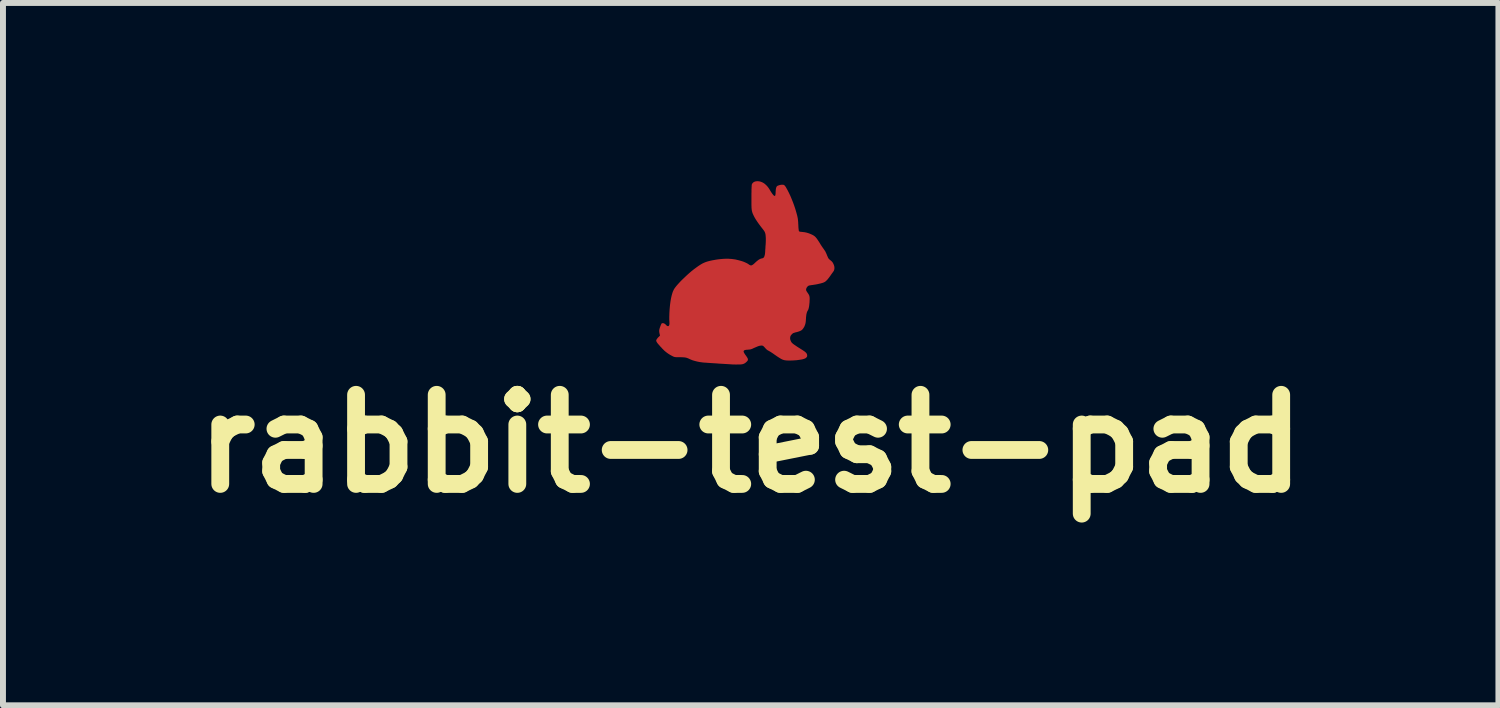
<source format=kicad_pcb>
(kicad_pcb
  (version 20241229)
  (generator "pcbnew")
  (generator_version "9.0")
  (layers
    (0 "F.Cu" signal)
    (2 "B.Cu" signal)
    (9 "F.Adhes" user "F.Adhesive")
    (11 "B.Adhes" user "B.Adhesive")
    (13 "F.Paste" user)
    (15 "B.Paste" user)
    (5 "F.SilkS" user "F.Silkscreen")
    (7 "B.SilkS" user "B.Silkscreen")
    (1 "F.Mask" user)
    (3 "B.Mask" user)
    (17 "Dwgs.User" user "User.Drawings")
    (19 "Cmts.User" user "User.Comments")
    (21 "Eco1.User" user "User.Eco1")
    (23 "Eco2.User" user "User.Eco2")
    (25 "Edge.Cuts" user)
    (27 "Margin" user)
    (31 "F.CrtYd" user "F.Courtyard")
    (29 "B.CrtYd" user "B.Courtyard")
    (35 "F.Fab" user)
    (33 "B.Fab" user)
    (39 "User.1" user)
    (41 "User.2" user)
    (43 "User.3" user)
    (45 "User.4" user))
  (footprint "rabbit-test-pad"
    (layer "F.Cu")
    (at 9.586 1.917)
    (property "Reference" "rabbit-test-pad" (at 0 2.5 0) (layer "F.SilkS") (effects (font (size 1.5 1.5) (thickness 0.3))))
    (attr board_only exclude_from_pos_files exclude_from_bom)
    (pad "1" smd custom (at -0.5 0) (size 1 1) (layers "F.Cu" "F.Mask") (options (anchor circle)) (primitives (gr_poly (pts (xy 0.624 -1.917) (xy 0.653 -1.913) (xy 0.681 -1.904) (xy 0.707 -1.892) (xy 0.733 -1.875) (xy 0.758 -1.853) (xy 0.764 -1.847) (xy 0.778 -1.832) (xy 0.792 -1.815) (xy 0.806 -1.795) (xy 0.82 -1.773) (xy 0.825 -1.764) (xy 0.841 -1.738) (xy 0.855 -1.717) (xy 0.868 -1.699) (xy 0.879 -1.686) (xy 0.888 -1.676) (xy 0.896 -1.671) (xy 0.899 -1.67) (xy 0.904 -1.67) (xy 0.909 -1.671) (xy 0.912 -1.675) (xy 0.914 -1.682) (xy 0.916 -1.692) (xy 0.918 -1.706) (xy 0.919 -1.724) (xy 0.919 -1.735) (xy 0.921 -1.761) (xy 0.923 -1.782) (xy 0.926 -1.799) (xy 0.93 -1.812) (xy 0.934 -1.823) (xy 0.941 -1.831) (xy 0.948 -1.837) (xy 0.948 -1.838) (xy 0.959 -1.843) (xy 0.974 -1.848) (xy 0.99 -1.853) (xy 1.007 -1.856) (xy 1.022 -1.858) (xy 1.029 -1.858) (xy 1.042 -1.857) (xy 1.053 -1.856) (xy 1.062 -1.852) (xy 1.07 -1.845) (xy 1.078 -1.836) (xy 1.087 -1.824) (xy 1.096 -1.809) (xy 1.12 -1.766) (xy 1.144 -1.719) (xy 1.168 -1.668) (xy 1.19 -1.615) (xy 1.212 -1.56) (xy 1.232 -1.505) (xy 1.251 -1.448) (xy 1.267 -1.393) (xy 1.281 -1.342) (xy 1.286 -1.32) (xy 1.29 -1.301) (xy 1.293 -1.284) (xy 1.295 -1.266) (xy 1.297 -1.246) (xy 1.299 -1.224) (xy 1.299 -1.211) (xy 1.301 -1.184) (xy 1.302 -1.16) (xy 1.303 -1.137) (xy 1.305 -1.118) (xy 1.307 -1.102) (xy 1.308 -1.09) (xy 1.31 -1.082) (xy 1.311 -1.079) (xy 1.314 -1.074) (xy 1.319 -1.071) (xy 1.326 -1.068) (xy 1.335 -1.066) (xy 1.348 -1.065) (xy 1.365 -1.063) (xy 1.403 -1.059) (xy 1.442 -1.051) (xy 1.481 -1.039) (xy 1.519 -1.023) (xy 1.532 -1.017) (xy 1.544 -1.011) (xy 1.555 -1.005) (xy 1.565 -0.998) (xy 1.575 -0.991) (xy 1.584 -0.983) (xy 1.593 -0.974) (xy 1.602 -0.963) (xy 1.613 -0.95) (xy 1.624 -0.934) (xy 1.636 -0.916) (xy 1.65 -0.895) (xy 1.666 -0.869) (xy 1.675 -0.854) (xy 1.685 -0.838) (xy 1.695 -0.823) (xy 1.705 -0.809) (xy 1.713 -0.796) (xy 1.72 -0.787) (xy 1.723 -0.783) (xy 1.735 -0.766) (xy 1.745 -0.751) (xy 1.755 -0.736) (xy 1.763 -0.719) (xy 1.772 -0.7) (xy 1.778 -0.686) (xy 1.784 -0.671) (xy 1.789 -0.658) (xy 1.795 -0.646) (xy 1.799 -0.636) (xy 1.801 -0.631) (xy 1.812 -0.613) (xy 1.828 -0.597) (xy 1.843 -0.585) (xy 1.861 -0.57) (xy 1.877 -0.552) (xy 1.889 -0.531) (xy 1.891 -0.527) (xy 1.902 -0.501) (xy 1.908 -0.476) (xy 1.909 -0.452) (xy 1.906 -0.43) (xy 1.899 -0.409) (xy 1.886 -0.39) (xy 1.886 -0.39) (xy 1.882 -0.384) (xy 1.875 -0.375) (xy 1.867 -0.364) (xy 1.858 -0.351) (xy 1.848 -0.338) (xy 1.847 -0.335) (xy 1.833 -0.316) (xy 1.821 -0.299) (xy 1.811 -0.286) (xy 1.802 -0.275) (xy 1.794 -0.265) (xy 1.786 -0.256) (xy 1.778 -0.248) (xy 1.775 -0.245) (xy 1.763 -0.234) (xy 1.752 -0.225) (xy 1.739 -0.218) (xy 1.724 -0.211) (xy 1.724 -0.211) (xy 1.71 -0.206) (xy 1.692 -0.201) (xy 1.671 -0.195) (xy 1.647 -0.19) (xy 1.622 -0.184) (xy 1.596 -0.179) (xy 1.57 -0.175) (xy 1.545 -0.171) (xy 1.522 -0.168) (xy 1.52 -0.168) (xy 1.503 -0.165) (xy 1.49 -0.163) (xy 1.48 -0.16) (xy 1.472 -0.157) (xy 1.464 -0.152) (xy 1.457 -0.145) (xy 1.454 -0.142) (xy 1.442 -0.126) (xy 1.435 -0.11) (xy 1.432 -0.098) (xy 1.432 -0.09) (xy 1.433 -0.082) (xy 1.435 -0.074) (xy 1.44 -0.066) (xy 1.446 -0.055) (xy 1.456 -0.041) (xy 1.456 -0.041) (xy 1.467 -0.025) (xy 1.475 -0.012) (xy 1.482 0.000279) (xy 1.486 0.012) (xy 1.489 0.024) (xy 1.491 0.037) (xy 1.492 0.053) (xy 1.492 0.072) (xy 1.491 0.087) (xy 1.49 0.119) (xy 1.487 0.15) (xy 1.484 0.177) (xy 1.48 0.202) (xy 1.475 0.223) (xy 1.47 0.241) (xy 1.464 0.253) (xy 1.456 0.267) (xy 1.449 0.281) (xy 1.444 0.296) (xy 1.44 0.312) (xy 1.436 0.329) (xy 1.434 0.349) (xy 1.431 0.373) (xy 1.43 0.4) (xy 1.429 0.405) (xy 1.428 0.427) (xy 1.426 0.446) (xy 1.424 0.462) (xy 1.421 0.477) (xy 1.417 0.492) (xy 1.412 0.506) (xy 1.403 0.529) (xy 1.392 0.548) (xy 1.379 0.567) (xy 1.379 0.567) (xy 1.369 0.579) (xy 1.358 0.589) (xy 1.346 0.597) (xy 1.331 0.604) (xy 1.313 0.611) (xy 1.292 0.618) (xy 1.27 0.624) (xy 1.256 0.627) (xy 1.242 0.631) (xy 1.231 0.635) (xy 1.222 0.638) (xy 1.217 0.639) (xy 1.208 0.645) (xy 1.197 0.654) (xy 1.187 0.665) (xy 1.178 0.675) (xy 1.172 0.685) (xy 1.172 0.685) (xy 1.168 0.694) (xy 1.165 0.705) (xy 1.164 0.711) (xy 1.163 0.727) (xy 1.165 0.746) (xy 1.171 0.764) (xy 1.179 0.782) (xy 1.189 0.798) (xy 1.195 0.805) (xy 1.203 0.812) (xy 1.212 0.82) (xy 1.224 0.829) (xy 1.238 0.839) (xy 1.255 0.85) (xy 1.275 0.864) (xy 1.298 0.879) (xy 1.324 0.895) (xy 1.347 0.91) (xy 1.367 0.922) (xy 1.383 0.933) (xy 1.397 0.942) (xy 1.408 0.95) (xy 1.416 0.957) (xy 1.423 0.963) (xy 1.429 0.968) (xy 1.434 0.974) (xy 1.438 0.98) (xy 1.442 0.986) (xy 1.443 0.987) (xy 1.448 1) (xy 1.45 1.013) (xy 1.45 1.026) (xy 1.448 1.035) (xy 1.441 1.045) (xy 1.431 1.056) (xy 1.418 1.065) (xy 1.413 1.067) (xy 1.398 1.073) (xy 1.378 1.079) (xy 1.355 1.084) (xy 1.329 1.088) (xy 1.301 1.092) (xy 1.272 1.096) (xy 1.241 1.098) (xy 1.211 1.1) (xy 1.18 1.101) (xy 1.151 1.102) (xy 1.124 1.101) (xy 1.1 1.1) (xy 1.078 1.097) (xy 1.06 1.094) (xy 1.059 1.093) (xy 1.045 1.089) (xy 1.03 1.083) (xy 1.012 1.074) (xy 0.993 1.063) (xy 0.971 1.049) (xy 0.946 1.033) (xy 0.919 1.014) (xy 0.907 1.006) (xy 0.885 0.99) (xy 0.866 0.977) (xy 0.849 0.966) (xy 0.834 0.956) (xy 0.82 0.948) (xy 0.807 0.941) (xy 0.802 0.938) (xy 0.792 0.932) (xy 0.782 0.927) (xy 0.773 0.92) (xy 0.764 0.912) (xy 0.753 0.901) (xy 0.741 0.888) (xy 0.727 0.872) (xy 0.726 0.872) (xy 0.716 0.861) (xy 0.707 0.855) (xy 0.702 0.852) (xy 0.691 0.85) (xy 0.678 0.849) (xy 0.663 0.851) (xy 0.646 0.854) (xy 0.626 0.86) (xy 0.604 0.869) (xy 0.578 0.88) (xy 0.548 0.893) (xy 0.546 0.894) (xy 0.53 0.902) (xy 0.517 0.907) (xy 0.506 0.911) (xy 0.494 0.914) (xy 0.482 0.916) (xy 0.467 0.917) (xy 0.451 0.919) (xy 0.431 0.92) (xy 0.416 0.922) (xy 0.403 0.925) (xy 0.395 0.928) (xy 0.388 0.932) (xy 0.385 0.935) (xy 0.382 0.941) (xy 0.38 0.947) (xy 0.381 0.955) (xy 0.385 0.965) (xy 0.391 0.977) (xy 0.4 0.991) (xy 0.411 1.008) (xy 0.419 1.018) (xy 0.43 1.034) (xy 0.438 1.047) (xy 0.445 1.058) (xy 0.449 1.066) (xy 0.451 1.074) (xy 0.452 1.08) (xy 0.453 1.084) (xy 0.452 1.093) (xy 0.449 1.101) (xy 0.444 1.108) (xy 0.436 1.117) (xy 0.431 1.122) (xy 0.418 1.134) (xy 0.405 1.144) (xy 0.393 1.151) (xy 0.38 1.157) (xy 0.366 1.162) (xy 0.349 1.165) (xy 0.331 1.167) (xy 0.308 1.168) (xy 0.286 1.168) (xy 0.269 1.168) (xy 0.253 1.169) (xy 0.238 1.168) (xy 0.226 1.168) (xy 0.217 1.168) (xy 0.215 1.168) (xy 0.19 1.167) (xy 0.161 1.165) (xy 0.131 1.163) (xy 0.1 1.161) (xy 0.066 1.159) (xy 0.032 1.157) (xy -0.002 1.155) (xy -0.037 1.153) (xy -0.071 1.15) (xy -0.105 1.148) (xy -0.138 1.146) (xy -0.169 1.144) (xy -0.198 1.142) (xy -0.225 1.14) (xy -0.249 1.138) (xy -0.27 1.137) (xy -0.288 1.136) (xy -0.302 1.134) (xy -0.311 1.134) (xy -0.313 1.133) (xy -0.359 1.127) (xy -0.403 1.118) (xy -0.446 1.107) (xy -0.485 1.095) (xy -0.521 1.08) (xy -0.53 1.076) (xy -0.546 1.068) (xy -0.561 1.062) (xy -0.575 1.057) (xy -0.589 1.053) (xy -0.605 1.05) (xy -0.621 1.048) (xy -0.64 1.047) (xy -0.662 1.046) (xy -0.688 1.045) (xy -0.699 1.045) (xy -0.721 1.045) (xy -0.739 1.045) (xy -0.753 1.045) (xy -0.765 1.044) (xy -0.775 1.043) (xy -0.783 1.041) (xy -0.791 1.039) (xy -0.799 1.036) (xy -0.808 1.032) (xy -0.812 1.03) (xy -0.833 1.019) (xy -0.857 1.006) (xy -0.881 0.991) (xy -0.906 0.974) (xy -0.929 0.956) (xy -0.951 0.938) (xy -0.952 0.937) (xy -0.958 0.931) (xy -0.967 0.922) (xy -0.978 0.911) (xy -0.991 0.898) (xy -1.004 0.883) (xy -1.018 0.869) (xy -1.031 0.854) (xy -1.043 0.84) (xy -1.055 0.827) (xy -1.064 0.816) (xy -1.07 0.808) (xy -1.072 0.806) (xy -1.081 0.792) (xy -1.088 0.779) (xy -1.091 0.769) (xy -1.091 0.766) (xy -1.089 0.756) (xy -1.083 0.744) (xy -1.073 0.73) (xy -1.061 0.715) (xy -1.045 0.7) (xy -1.043 0.698) (xy -1.036 0.691) (xy -1.03 0.685) (xy -1.028 0.681) (xy -1.027 0.68) (xy -1.028 0.676) (xy -1.03 0.669) (xy -1.032 0.659) (xy -1.034 0.652) (xy -1.039 0.626) (xy -1.041 0.602) (xy -1.038 0.579) (xy -1.034 0.563) (xy -1.031 0.553) (xy -1.027 0.541) (xy -1.022 0.528) (xy -1.017 0.515) (xy -1.012 0.502) (xy -1.007 0.491) (xy -1.003 0.483) (xy -1.001 0.479) (xy -0.996 0.475) (xy -0.988 0.473) (xy -0.978 0.472) (xy -0.97 0.473) (xy -0.956 0.478) (xy -0.941 0.487) (xy -0.928 0.5) (xy -0.916 0.512) (xy -0.905 0.52) (xy -0.895 0.523) (xy -0.886 0.522) (xy -0.879 0.517) (xy -0.875 0.511) (xy -0.872 0.503) (xy -0.869 0.494) (xy -0.868 0.483) (xy -0.868 0.469) (xy -0.869 0.451) (xy -0.869 0.44) (xy -0.871 0.419) (xy -0.871 0.394) (xy -0.871 0.366) (xy -0.87 0.335) (xy -0.869 0.303) (xy -0.867 0.269) (xy -0.865 0.236) (xy -0.862 0.203) (xy -0.859 0.172) (xy -0.856 0.146) (xy -0.849 0.097) (xy -0.841 0.052) (xy -0.832 0.012) (xy -0.822 -0.024) (xy -0.812 -0.055) (xy -0.8 -0.081) (xy -0.799 -0.084) (xy -0.79 -0.101) (xy -0.778 -0.119) (xy -0.763 -0.139) (xy -0.746 -0.16) (xy -0.726 -0.183) (xy -0.703 -0.208) (xy -0.677 -0.236) (xy -0.656 -0.257) (xy -0.615 -0.296) (xy -0.575 -0.334) (xy -0.535 -0.37) (xy -0.495 -0.404) (xy -0.456 -0.435) (xy -0.418 -0.463) (xy -0.382 -0.489) (xy -0.348 -0.511) (xy -0.316 -0.53) (xy -0.304 -0.536) (xy -0.28 -0.547) (xy -0.252 -0.558) (xy -0.22 -0.568) (xy -0.185 -0.577) (xy -0.148 -0.585) (xy -0.109 -0.592) (xy -0.069 -0.599) (xy -0.028 -0.604) (xy 0.013 -0.608) (xy 0.052 -0.611) (xy 0.091 -0.612) (xy 0.127 -0.612) (xy 0.15 -0.61) (xy 0.181 -0.608) (xy 0.211 -0.604) (xy 0.24 -0.6) (xy 0.27 -0.593) (xy 0.303 -0.585) (xy 0.31 -0.583) (xy 0.342 -0.574) (xy 0.373 -0.564) (xy 0.402 -0.552) (xy 0.428 -0.54) (xy 0.451 -0.528) (xy 0.468 -0.516) (xy 0.48 -0.508) (xy 0.49 -0.503) (xy 0.5 -0.5) (xy 0.51 -0.5) (xy 0.52 -0.503) (xy 0.531 -0.509) (xy 0.544 -0.518) (xy 0.559 -0.531) (xy 0.576 -0.547) (xy 0.576 -0.547) (xy 0.599 -0.568) (xy 0.619 -0.584) (xy 0.637 -0.597) (xy 0.655 -0.607) (xy 0.672 -0.614) (xy 0.689 -0.618) (xy 0.694 -0.619) (xy 0.705 -0.622) (xy 0.714 -0.628) (xy 0.722 -0.637) (xy 0.729 -0.65) (xy 0.734 -0.667) (xy 0.739 -0.688) (xy 0.742 -0.713) (xy 0.744 -0.743) (xy 0.744 -0.748) (xy 0.745 -0.766) (xy 0.747 -0.787) (xy 0.748 -0.809) (xy 0.749 -0.831) (xy 0.751 -0.847) (xy 0.753 -0.888) (xy 0.754 -0.925) (xy 0.754 -0.958) (xy 0.752 -0.987) (xy 0.75 -1.012) (xy 0.746 -1.034) (xy 0.74 -1.053) (xy 0.733 -1.068) (xy 0.73 -1.074) (xy 0.724 -1.082) (xy 0.717 -1.093) (xy 0.708 -1.104) (xy 0.702 -1.112) (xy 0.667 -1.157) (xy 0.635 -1.2) (xy 0.607 -1.24) (xy 0.583 -1.277) (xy 0.563 -1.311) (xy 0.547 -1.343) (xy 0.534 -1.371) (xy 0.525 -1.397) (xy 0.524 -1.403) (xy 0.521 -1.412) (xy 0.519 -1.422) (xy 0.518 -1.431) (xy 0.516 -1.441) (xy 0.515 -1.452) (xy 0.514 -1.464) (xy 0.513 -1.478) (xy 0.513 -1.494) (xy 0.512 -1.513) (xy 0.512 -1.535) (xy 0.512 -1.561) (xy 0.512 -1.591) (xy 0.512 -1.624) (xy 0.512 -1.652) (xy 0.512 -1.68) (xy 0.512 -1.707) (xy 0.513 -1.732) (xy 0.513 -1.756) (xy 0.513 -1.777) (xy 0.514 -1.794) (xy 0.514 -1.808) (xy 0.515 -1.816) (xy 0.516 -1.832) (xy 0.516 -1.844) (xy 0.517 -1.853) (xy 0.518 -1.86) (xy 0.52 -1.865) (xy 0.522 -1.87) (xy 0.523 -1.873) (xy 0.534 -1.888) (xy 0.548 -1.9) (xy 0.565 -1.909) (xy 0.586 -1.915) (xy 0.609 -1.917)) (width 0) (fill yes)))))
  (gr_rect
    (start -3 -3)
    (end 22.171 8.821)
    (stroke (width 0.1) (type default))
    (fill no)
    (layer "Edge.Cuts")))
</source>
